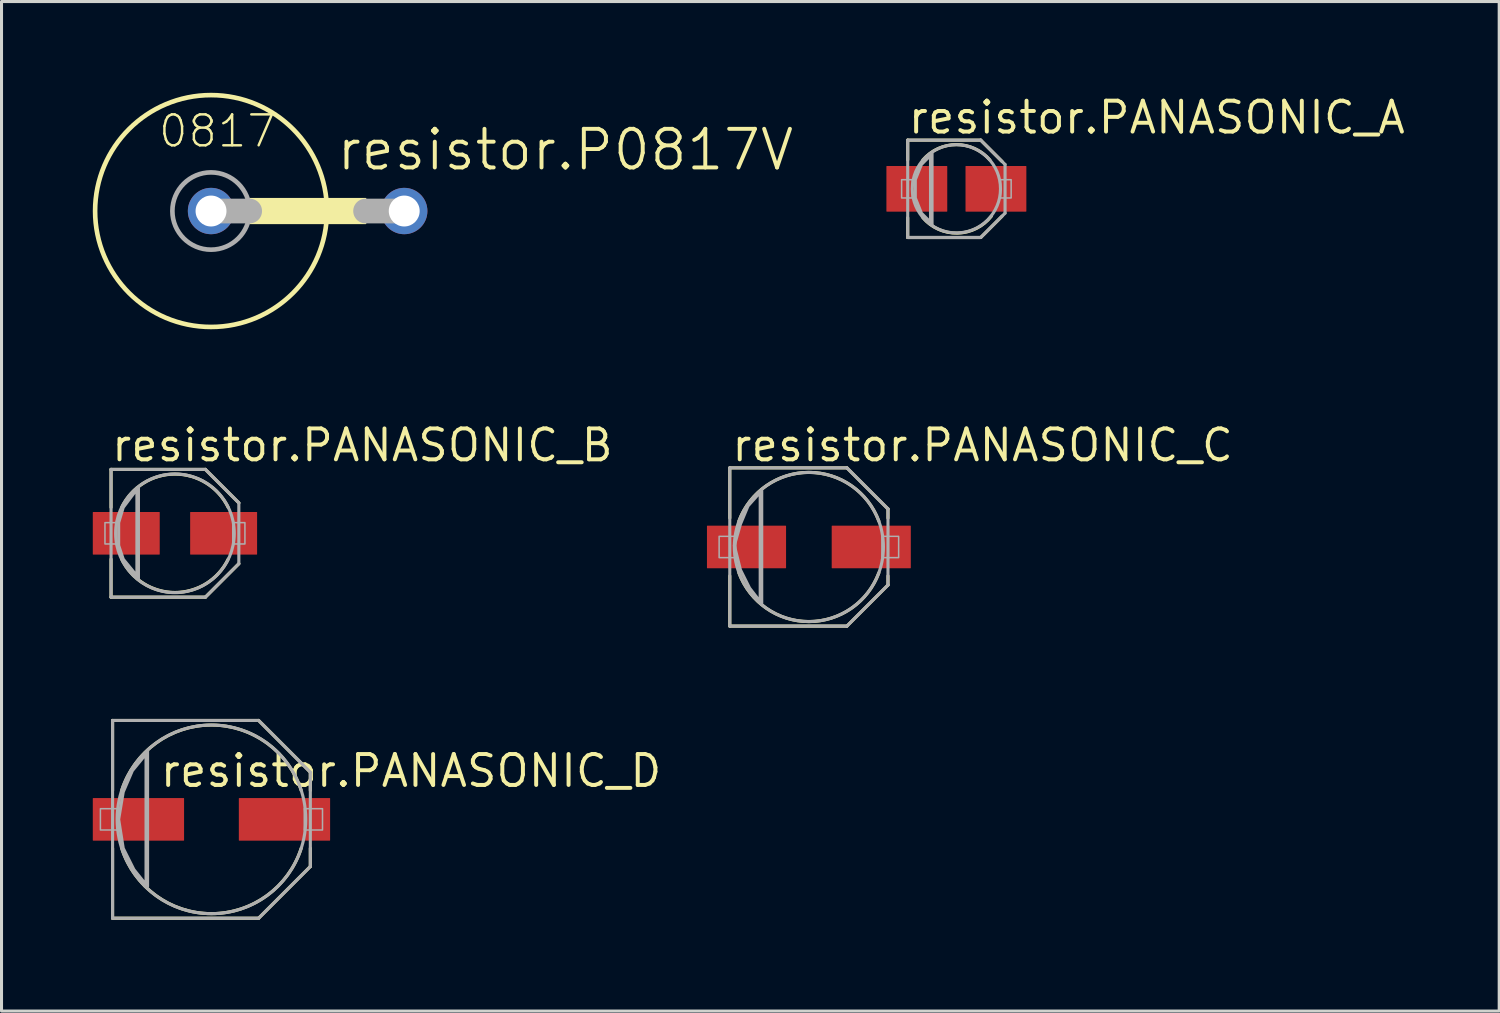
<source format=kicad_pcb>
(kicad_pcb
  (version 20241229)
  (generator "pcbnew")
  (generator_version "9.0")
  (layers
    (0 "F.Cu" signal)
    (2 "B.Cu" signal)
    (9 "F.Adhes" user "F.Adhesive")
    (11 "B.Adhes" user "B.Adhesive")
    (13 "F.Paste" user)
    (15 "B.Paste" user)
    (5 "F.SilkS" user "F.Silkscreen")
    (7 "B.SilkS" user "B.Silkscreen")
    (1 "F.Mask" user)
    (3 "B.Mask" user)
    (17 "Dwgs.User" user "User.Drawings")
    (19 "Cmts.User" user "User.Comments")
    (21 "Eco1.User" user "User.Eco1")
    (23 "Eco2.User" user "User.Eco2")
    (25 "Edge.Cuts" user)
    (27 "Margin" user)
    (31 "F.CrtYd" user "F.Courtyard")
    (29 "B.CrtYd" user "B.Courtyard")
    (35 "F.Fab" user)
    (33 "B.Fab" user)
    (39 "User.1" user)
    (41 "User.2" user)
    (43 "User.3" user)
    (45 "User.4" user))
  (footprint "resistor.P0817V"
    (layer "F.Cu")
    (at 8.966 3.886)
    (property "Reference" "resistor.P0817V" (at -1.016 -1.27 0) (layer "F.SilkS") (effects (font (size 1.27 1.27) (thickness 0.13)) (justify left bottom)))
    (attr through_hole)
    (fp_rect (start -3.81 0.406) (end 0 -0.406) (stroke (width 0.05) (type default)) (fill yes) (layer "F.SilkS"))
    (fp_circle (center -5.08 0) (end -1.27 0) (stroke (width 0.152) (type default)) (fill no) (layer "F.SilkS"))
    (fp_line (start -3.81 0) (end -5.08 0) (stroke (width 0.813) (type default)) (layer "F.Fab"))
    (fp_line (start 1.27 0) (end 0 0) (stroke (width 0.813) (type default)) (layer "F.Fab"))
    (fp_circle (center -5.08 0) (end -3.81 0) (stroke (width 0.152) (type default)) (fill no) (layer "F.Fab"))
    (fp_text user "0817" (at -6.858 -2.032 0) (layer "F.SilkS") (effects (font (size 1.016 1.016) (thickness 0.08)) (justify left bottom)))
    (pad "1" thru_hole circle (at -5.08 0) (size 1.524 1.524) (drill 1.016) (layers "*.Cu" "*.Mask"))
    (pad "2" thru_hole circle (at 1.27 0) (size 1.524 1.524) (drill 1.016) (layers "*.Cu" "*.Mask")))
  (footprint "resistor.PANASONIC_D"
    (layer "F.Cu")
    (at 3.9 23.88)
    (property "Reference" "resistor.PANASONIC_D" (at -1.75 -1 0) (layer "F.SilkS") (effects (font (size 1.016 1.016) (thickness 0.13)) (justify left bottom)))
    (attr smd)
    (fp_line (start -3.25 -3.25) (end 1.55 -3.25) (stroke (width 0.102) (type default)) (layer "F.SilkS"))
    (fp_line (start -3.25 -0.95) (end -3.25 -3.25) (stroke (width 0.102) (type default)) (layer "F.SilkS"))
    (fp_line (start -3.25 3.25) (end -3.25 0.95) (stroke (width 0.102) (type default)) (layer "F.SilkS"))
    (fp_line (start 1.55 -3.25) (end 3.25 -1.55) (stroke (width 0.102) (type default)) (layer "F.SilkS"))
    (fp_line (start 1.55 3.25) (end -3.25 3.25) (stroke (width 0.102) (type default)) (layer "F.SilkS"))
    (fp_line (start 3.25 -1.55) (end 3.25 -0.95) (stroke (width 0.102) (type default)) (layer "F.SilkS"))
    (fp_line (start 3.25 0.95) (end 3.25 1.55) (stroke (width 0.102) (type default)) (layer "F.SilkS"))
    (fp_line (start 3.25 1.55) (end 1.55 3.25) (stroke (width 0.102) (type default)) (layer "F.SilkS"))
    (fp_arc (start -2.95 -0.95) (mid 0 -3.099193) (end 2.95 -0.95) (stroke (width 0.1016) (type default)) (layer "F.SilkS"))
    (fp_arc (start 2.95 0.95) (mid 0 3.099193) (end -2.95 0.95) (stroke (width 0.1016) (type default)) (layer "F.SilkS"))
    (fp_line (start -3.25 -3.25) (end 1.55 -3.25) (stroke (width 0.102) (type default)) (layer "F.Fab"))
    (fp_line (start -3.25 3.25) (end -3.25 -3.25) (stroke (width 0.102) (type default)) (layer "F.Fab"))
    (fp_line (start -2.1 -2.25) (end -2.1 2.2) (stroke (width 0.102) (type default)) (layer "F.Fab"))
    (fp_line (start 1.55 -3.25) (end 3.25 -1.55) (stroke (width 0.102) (type default)) (layer "F.Fab"))
    (fp_line (start 1.55 3.25) (end -3.25 3.25) (stroke (width 0.102) (type default)) (layer "F.Fab"))
    (fp_line (start 3.25 -1.55) (end 3.25 1.55) (stroke (width 0.102) (type default)) (layer "F.Fab"))
    (fp_line (start 3.25 1.55) (end 1.55 3.25) (stroke (width 0.102) (type default)) (layer "F.Fab"))
    (fp_rect (start -3.65 0.35) (end -3.05 -0.35) (stroke (width 0.05) (type default)) (fill no) (layer "F.Fab"))
    (fp_rect (start 3.05 0.35) (end 3.65 -0.35) (stroke (width 0.05) (type default)) (fill no) (layer "F.Fab"))
    (fp_circle (center 0 0) (end 3.1 0) (stroke (width 0.102) (type default)) (fill no) (layer "F.Fab"))
    (fp_poly (pts (xy -2.15 -2.15) (xy -2.6 -1.6) (xy -2.9 -0.9) (xy -3.05 0) (xy -2.9 0.95) (xy -2.55 1.65) (xy -2.15 2.15) (xy -2.15 -2.1)) (stroke (width 0.102) (type default)) (fill no) (layer "F.Fab"))
    (pad "+" smd roundrect (at 2.4 0) (size 3 1.4) (layers "F.Cu" "F.Mask" "F.Paste") (roundrect_rratio 0.01))
    (pad "-" smd roundrect (at -2.4 0) (size 3 1.4) (layers "F.Cu" "F.Mask" "F.Paste") (roundrect_rratio 0.01)))
  (footprint "resistor.PANASONIC_A"
    (layer "F.Cu")
    (at 28.384 3.156)
    (property "Reference" "resistor.PANASONIC_A" (at -1.65 -1.75 0) (layer "F.SilkS") (effects (font (size 1.016 1.016) (thickness 0.13)) (justify left bottom)))
    (attr smd)
    (fp_line (start -1.6 -1.6) (end 0.8 -1.6) (stroke (width 0.102) (type default)) (layer "F.SilkS"))
    (fp_line (start -1.6 -0.95) (end -1.6 -1.6) (stroke (width 0.102) (type default)) (layer "F.SilkS"))
    (fp_line (start -1.6 1.6) (end -1.6 0.95) (stroke (width 0.102) (type default)) (layer "F.SilkS"))
    (fp_line (start 0.8 -1.6) (end 1.5 -0.9) (stroke (width 0.102) (type default)) (layer "F.SilkS"))
    (fp_line (start 0.8 1.6) (end -1.6 1.6) (stroke (width 0.102) (type default)) (layer "F.SilkS"))
    (fp_line (start 1.5 0.9) (end 0.8 1.6) (stroke (width 0.102) (type default)) (layer "F.SilkS"))
    (fp_arc (start -1.1 -0.95) (mid 0 -1.453444) (end 1.1 -0.95) (stroke (width 0.1016) (type default)) (layer "F.SilkS"))
    (fp_arc (start 1.15 0.9) (mid 0.03681 1.456451) (end -1.1 0.95) (stroke (width 0.1016) (type default)) (layer "F.SilkS"))
    (fp_line (start -1.6 -1.6) (end 0.8 -1.6) (stroke (width 0.102) (type default)) (layer "F.Fab"))
    (fp_line (start -1.6 1.6) (end -1.6 -1.6) (stroke (width 0.102) (type default)) (layer "F.Fab"))
    (fp_line (start -0.8 -1.2) (end -0.8 1.2) (stroke (width 0.102) (type default)) (layer "F.Fab"))
    (fp_line (start 0.8 -1.6) (end 1.6 -0.8) (stroke (width 0.102) (type default)) (layer "F.Fab"))
    (fp_line (start 0.8 1.6) (end -1.6 1.6) (stroke (width 0.102) (type default)) (layer "F.Fab"))
    (fp_line (start 1.6 -0.8) (end 1.6 0.8) (stroke (width 0.102) (type default)) (layer "F.Fab"))
    (fp_line (start 1.6 0.8) (end 0.8 1.6) (stroke (width 0.102) (type default)) (layer "F.Fab"))
    (fp_rect (start -1.8 0.3) (end -1.45 -0.3) (stroke (width 0.05) (type default)) (fill no) (layer "F.Fab"))
    (fp_rect (start 1.45 0.3) (end 1.8 -0.3) (stroke (width 0.05) (type default)) (fill no) (layer "F.Fab"))
    (fp_circle (center 0 0) (end 1.45 0) (stroke (width 0.102) (type default)) (fill no) (layer "F.Fab"))
    (fp_poly (pts (xy -0.85 -1.1) (xy -1.15 -0.8) (xy -1.35 -0.3) (xy -1.35 0.3) (xy -1.15 0.8) (xy -0.85 1.1) (xy -0.85 -1.05)) (stroke (width 0.102) (type default)) (fill no) (layer "F.Fab"))
    (pad "+" smd roundrect (at 1.3 0) (size 2 1.5) (layers "F.Cu" "F.Mask" "F.Paste") (roundrect_rratio 0.01))
    (pad "-" smd roundrect (at -1.3 0) (size 2 1.5) (layers "F.Cu" "F.Mask" "F.Paste") (roundrect_rratio 0.01)))
  (footprint "resistor.PANASONIC_C"
    (layer "F.Cu")
    (at 23.536 14.928)
    (property "Reference" "resistor.PANASONIC_C" (at -2.6 -2.75 0) (layer "F.SilkS") (effects (font (size 1.016 1.016) (thickness 0.13)) (justify left bottom)))
    (attr smd)
    (fp_line (start -2.6 -2.6) (end 1.25 -2.6) (stroke (width 0.102) (type default)) (layer "F.SilkS"))
    (fp_line (start -2.6 -0.95) (end -2.6 -2.6) (stroke (width 0.102) (type default)) (layer "F.SilkS"))
    (fp_line (start -2.6 2.6) (end -2.6 0.95) (stroke (width 0.102) (type default)) (layer "F.SilkS"))
    (fp_line (start 1.25 -2.6) (end 2.6 -1.25) (stroke (width 0.102) (type default)) (layer "F.SilkS"))
    (fp_line (start 1.25 2.6) (end -2.6 2.6) (stroke (width 0.102) (type default)) (layer "F.SilkS"))
    (fp_line (start 2.6 -1.25) (end 2.6 -0.95) (stroke (width 0.102) (type default)) (layer "F.SilkS"))
    (fp_line (start 2.6 0.95) (end 2.6 1.25) (stroke (width 0.102) (type default)) (layer "F.SilkS"))
    (fp_line (start 2.6 1.25) (end 1.25 2.6) (stroke (width 0.102) (type default)) (layer "F.SilkS"))
    (fp_arc (start -2.3 -0.85) (mid 0 -2.45204) (end 2.3 -0.85) (stroke (width 0.1016) (type default)) (layer "F.SilkS"))
    (fp_arc (start 2.3 0.85) (mid 0 2.45204) (end -2.3 0.85) (stroke (width 0.1016) (type default)) (layer "F.SilkS"))
    (fp_line (start -2.6 -2.6) (end 1.25 -2.6) (stroke (width 0.102) (type default)) (layer "F.Fab"))
    (fp_line (start -2.6 2.6) (end -2.6 -2.6) (stroke (width 0.102) (type default)) (layer "F.Fab"))
    (fp_line (start -1.55 -1.85) (end -1.55 1.85) (stroke (width 0.102) (type default)) (layer "F.Fab"))
    (fp_line (start 1.25 -2.6) (end 2.6 -1.25) (stroke (width 0.102) (type default)) (layer "F.Fab"))
    (fp_line (start 1.25 2.6) (end -2.6 2.6) (stroke (width 0.102) (type default)) (layer "F.Fab"))
    (fp_line (start 2.6 -1.25) (end 2.6 1.25) (stroke (width 0.102) (type default)) (layer "F.Fab"))
    (fp_line (start 2.6 1.25) (end 1.25 2.6) (stroke (width 0.102) (type default)) (layer "F.Fab"))
    (fp_rect (start -2.95 0.35) (end -2.4 -0.35) (stroke (width 0.05) (type default)) (fill no) (layer "F.Fab"))
    (fp_rect (start 2.4 0.35) (end 2.95 -0.35) (stroke (width 0.05) (type default)) (fill no) (layer "F.Fab"))
    (fp_circle (center 0 0) (end 2.45 0) (stroke (width 0.102) (type default)) (fill no) (layer "F.Fab"))
    (fp_poly (pts (xy -1.6 -1.8) (xy -2 -1.35) (xy -2.25 -0.75) (xy -2.45 -0.05) (xy -2.25 0.75) (xy -1.95 1.35) (xy -1.6 1.8)) (stroke (width 0.102) (type default)) (fill no) (layer "F.Fab"))
    (pad "+" smd roundrect (at 2.05 0) (size 2.6 1.4) (layers "F.Cu" "F.Mask" "F.Paste") (roundrect_rratio 0.01))
    (pad "-" smd roundrect (at -2.05 0) (size 2.6 1.4) (layers "F.Cu" "F.Mask" "F.Paste") (roundrect_rratio 0.01)))
  (footprint "resistor.PANASONIC_B"
    (layer "F.Cu")
    (at 2.7 14.478)
    (property "Reference" "resistor.PANASONIC_B" (at -2.15 -2.3 0) (layer "F.SilkS") (effects (font (size 1.016 1.016) (thickness 0.13)) (justify left bottom)))
    (attr smd)
    (fp_line (start -2.1 -2.1) (end 1 -2.1) (stroke (width 0.102) (type default)) (layer "F.SilkS"))
    (fp_line (start -2.1 -0.85) (end -2.1 -2.1) (stroke (width 0.102) (type default)) (layer "F.SilkS"))
    (fp_line (start -2.1 2.1) (end -2.1 0.85) (stroke (width 0.102) (type default)) (layer "F.SilkS"))
    (fp_line (start 1 -2.1) (end 2.1 -1) (stroke (width 0.102) (type default)) (layer "F.SilkS"))
    (fp_line (start 1 2.1) (end -2.1 2.1) (stroke (width 0.102) (type default)) (layer "F.SilkS"))
    (fp_line (start 2.1 1) (end 1 2.1) (stroke (width 0.102) (type default)) (layer "F.SilkS"))
    (fp_arc (start -1.75 -0.85) (mid 0 -1.945508) (end 1.75 -0.85) (stroke (width 0.1016) (type default)) (layer "F.SilkS"))
    (fp_arc (start 1.75 0.85) (mid 0 1.945508) (end -1.75 0.85) (stroke (width 0.1016) (type default)) (layer "F.SilkS"))
    (fp_line (start -2.1 -2.1) (end 1 -2.1) (stroke (width 0.102) (type default)) (layer "F.Fab"))
    (fp_line (start -2.1 2.1) (end -2.1 -2.1) (stroke (width 0.102) (type default)) (layer "F.Fab"))
    (fp_line (start -1.2 -1.5) (end -1.2 1.5) (stroke (width 0.102) (type default)) (layer "F.Fab"))
    (fp_line (start 1 -2.1) (end 2.1 -1) (stroke (width 0.102) (type default)) (layer "F.Fab"))
    (fp_line (start 1 2.1) (end -2.1 2.1) (stroke (width 0.102) (type default)) (layer "F.Fab"))
    (fp_line (start 2.1 -1) (end 2.1 1) (stroke (width 0.102) (type default)) (layer "F.Fab"))
    (fp_line (start 2.1 1) (end 1 2.1) (stroke (width 0.102) (type default)) (layer "F.Fab"))
    (fp_rect (start -2.3 0.35) (end -1.85 -0.35) (stroke (width 0.05) (type default)) (fill no) (layer "F.Fab"))
    (fp_rect (start 1.9 0.35) (end 2.3 -0.35) (stroke (width 0.05) (type default)) (fill no) (layer "F.Fab"))
    (fp_circle (center 0 0) (end 1.95 0) (stroke (width 0.102) (type default)) (fill no) (layer "F.Fab"))
    (fp_poly (pts (xy -1.25 -1.45) (xy -1.7 -0.85) (xy -1.85 -0.35) (xy -1.85 0.4) (xy -1.7 0.85) (xy -1.25 1.4) (xy -1.25 -1.4)) (stroke (width 0.102) (type default)) (fill no) (layer "F.Fab"))
    (pad "+" smd roundrect (at 1.6 0) (size 2.2 1.4) (layers "F.Cu" "F.Mask" "F.Paste") (roundrect_rratio 0.01))
    (pad "-" smd roundrect (at -1.6 0) (size 2.2 1.4) (layers "F.Cu" "F.Mask" "F.Paste") (roundrect_rratio 0.01)))
  (gr_rect
    (start -3 -3)
    (end 46.225 30.181)
    (stroke (width 0.1) (type default))
    (fill no)
    (layer "Edge.Cuts")))
</source>
